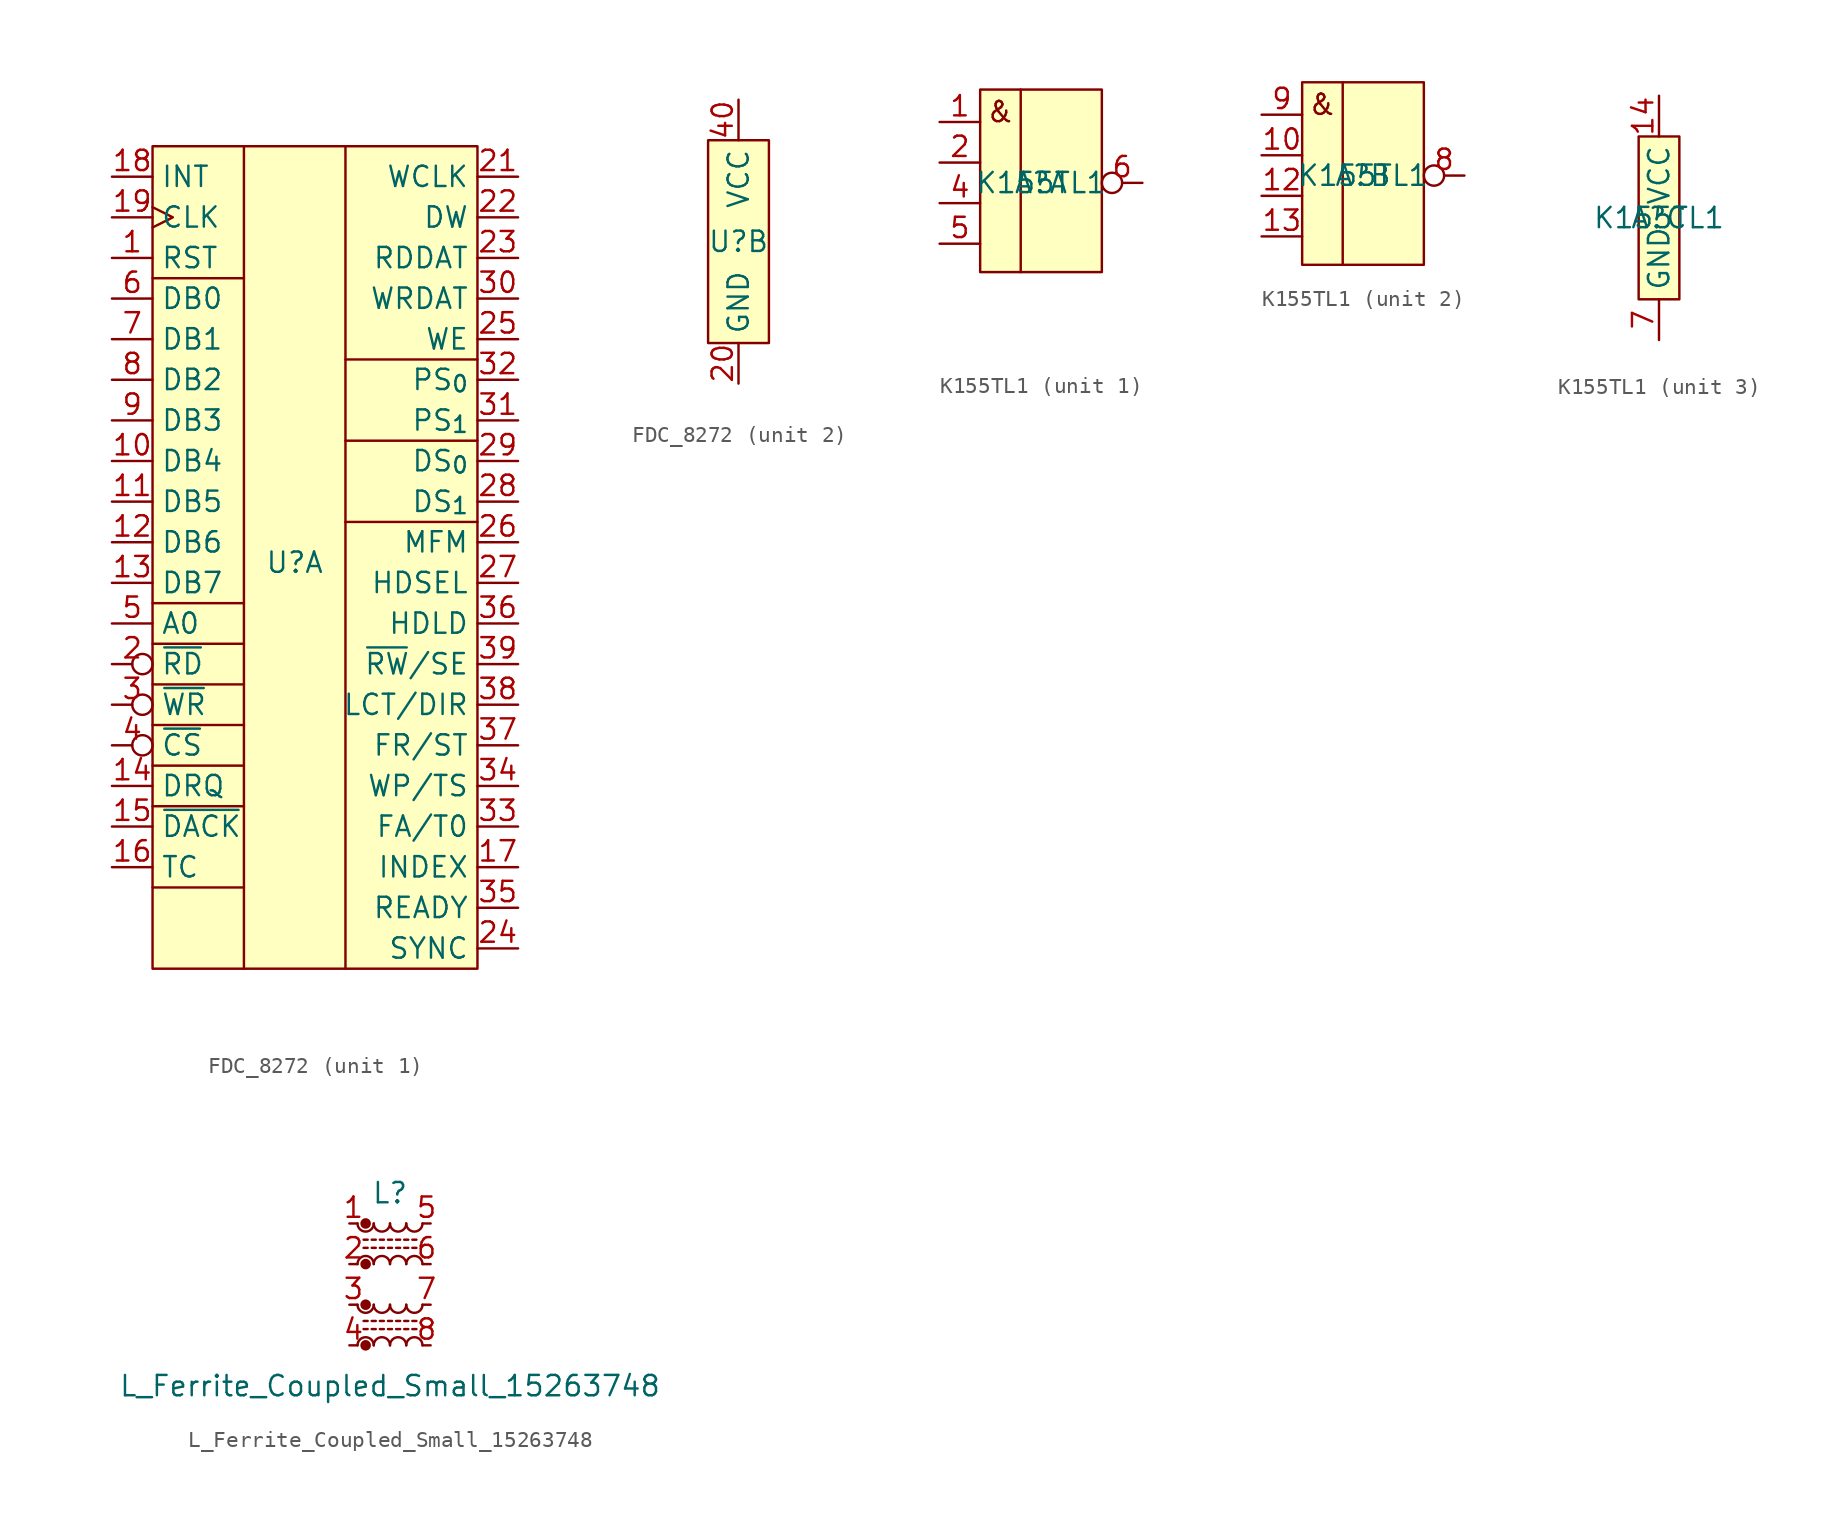
<source format=kicad_sym>
(kicad_symbol_lib
  (version 20241209)
  (generator "kicad_symbol_editor")
  (generator_version "9.0")
  (symbol "FDC_8272"
    (property "Reference" "U"
      (at 0 0 0)
      (effects (font (size 1.27 1.27))))
    (property "Value" ""
      (at 0 0 0)
      (effects (font (size 1.27 1.27))))
    (property "ki_locked" ""
      (at 0 0 0)
      (effects (font (size 1.27 1.27))))
    (symbol "FDC_8272_1_1"
      (rectangle (start -8.89 26.035) (end 11.43 -25.4) (stroke (width 0) (type solid)) (fill (type background)))
      (polyline (pts (xy -8.89 17.78) (xy -3.175 17.78)) (stroke (width 0) (type default)) (fill (type none)))
      (polyline (pts (xy -8.89 -2.54) (xy -3.175 -2.54)) (stroke (width 0) (type default)) (fill (type none)))
      (polyline (pts (xy -8.89 -5.08) (xy -3.175 -5.08)) (stroke (width 0) (type default)) (fill (type none)))
      (polyline (pts (xy -8.89 -7.62) (xy -3.175 -7.62)) (stroke (width 0) (type default)) (fill (type none)))
      (polyline (pts (xy -8.89 -10.16) (xy -3.175 -10.16)) (stroke (width 0) (type default)) (fill (type none)))
      (polyline (pts (xy -8.89 -12.7) (xy -3.175 -12.7)) (stroke (width 0) (type default)) (fill (type none)))
      (polyline (pts (xy -8.89 -15.24) (xy -3.175 -15.24)) (stroke (width 0) (type default)) (fill (type none)))
      (polyline (pts (xy -8.89 -20.32) (xy -3.175 -20.32)) (stroke (width 0) (type default)) (fill (type none)))
      (polyline (pts (xy -3.175 -25.4) (xy -3.175 26.035)) (stroke (width 0) (type default)) (fill (type none)))
      (polyline (pts (xy 3.175 12.7) (xy 11.43 12.7)) (stroke (width 0) (type default)) (fill (type none)))
      (polyline (pts (xy 3.175 7.62) (xy 11.43 7.62)) (stroke (width 0) (type default)) (fill (type none)))
      (polyline (pts (xy 3.175 2.54) (xy 11.43 2.54)) (stroke (width 0) (type default)) (fill (type none)))
      (polyline (pts (xy 3.175 -25.4) (xy 3.175 26.035)) (stroke (width 0) (type default)) (fill (type none)))
      (pin output line (at -11.43 24.13 0) (length 2.54) (name "INT" (effects (font (size 1.27 1.27)))) (number "18" (effects (font (size 1.27 1.27)))))
      (pin input clock (at -11.43 21.59 0) (length 2.54) (name "CLK" (effects (font (size 1.27 1.27)))) (number "19" (effects (font (size 1.27 1.27)))))
      (pin input line (at -11.43 19.05 0) (length 2.54) (name "RST" (effects (font (size 1.27 1.27)))) (number "1" (effects (font (size 1.27 1.27)))))
      (pin bidirectional line (at -11.43 16.51 0) (length 2.54) (name "DB0" (effects (font (size 1.27 1.27)))) (number "6" (effects (font (size 1.27 1.27)))))
      (pin bidirectional line (at -11.43 13.97 0) (length 2.54) (name "DB1" (effects (font (size 1.27 1.27)))) (number "7" (effects (font (size 1.27 1.27)))))
      (pin bidirectional line (at -11.43 11.43 0) (length 2.54) (name "DB2" (effects (font (size 1.27 1.27)))) (number "8" (effects (font (size 1.27 1.27)))))
      (pin bidirectional line (at -11.43 8.89 0) (length 2.54) (name "DB3" (effects (font (size 1.27 1.27)))) (number "9" (effects (font (size 1.27 1.27)))))
      (pin bidirectional line (at -11.43 6.35 0) (length 2.54) (name "DB4" (effects (font (size 1.27 1.27)))) (number "10" (effects (font (size 1.27 1.27)))))
      (pin bidirectional line (at -11.43 3.81 0) (length 2.54) (name "DB5" (effects (font (size 1.27 1.27)))) (number "11" (effects (font (size 1.27 1.27)))))
      (pin bidirectional line (at -11.43 1.27 0) (length 2.54) (name "DB6" (effects (font (size 1.27 1.27)))) (number "12" (effects (font (size 1.27 1.27)))))
      (pin bidirectional line (at -11.43 -1.27 0) (length 2.54) (name "DB7" (effects (font (size 1.27 1.27)))) (number "13" (effects (font (size 1.27 1.27)))))
      (pin input line (at -11.43 -3.81 0) (length 2.54) (name "A0" (effects (font (size 1.27 1.27)))) (number "5" (effects (font (size 1.27 1.27)))))
      (pin input inverted (at -11.43 -6.35 0) (length 2.54) (name "~{RD}" (effects (font (size 1.27 1.27)))) (number "2" (effects (font (size 1.27 1.27)))))
      (pin input inverted (at -11.43 -8.89 0) (length 2.54) (name "~{WR}" (effects (font (size 1.27 1.27)))) (number "3" (effects (font (size 1.27 1.27)))))
      (pin input inverted (at -11.43 -11.43 0) (length 2.54) (name "~{CS}" (effects (font (size 1.27 1.27)))) (number "4" (effects (font (size 1.27 1.27)))))
      (pin output line (at -11.43 -13.97 0) (length 2.54) (name "DRQ" (effects (font (size 1.27 1.27)))) (number "14" (effects (font (size 1.27 1.27)))))
      (pin input line (at -11.43 -16.51 0) (length 2.54) (name "~{DACK}" (effects (font (size 1.27 1.27)))) (number "15" (effects (font (size 1.27 1.27)))))
      (pin input line (at -11.43 -19.05 0) (length 2.54) (name "TC" (effects (font (size 1.27 1.27)))) (number "16" (effects (font (size 1.27 1.27)))))
      (pin input line (at 13.97 24.13 180) (length 2.54) (name "WCLK" (effects (font (size 1.27 1.27)))) (number "21" (effects (font (size 1.27 1.27)))))
      (pin input line (at 13.97 21.59 180) (length 2.54) (name "DW" (effects (font (size 1.27 1.27)))) (number "22" (effects (font (size 1.27 1.27)))))
      (pin input line (at 13.97 19.05 180) (length 2.54) (name "RDDAT" (effects (font (size 1.27 1.27)))) (number "23" (effects (font (size 1.27 1.27)))))
      (pin output line (at 13.97 16.51 180) (length 2.54) (name "WRDAT" (effects (font (size 1.27 1.27)))) (number "30" (effects (font (size 1.27 1.27)))))
      (pin output line (at 13.97 13.97 180) (length 2.54) (name "WE" (effects (font (size 1.27 1.27)))) (number "25" (effects (font (size 1.27 1.27)))))
      (pin output line (at 13.97 11.43 180) (length 2.54) (name "PS_{0}" (effects (font (size 1.27 1.27)))) (number "32" (effects (font (size 1.27 1.27)))))
      (pin output line (at 13.97 8.89 180) (length 2.54) (name "PS_{1}" (effects (font (size 1.27 1.27)))) (number "31" (effects (font (size 1.27 1.27)))))
      (pin output line (at 13.97 6.35 180) (length 2.54) (name "DS_{0}" (effects (font (size 1.27 1.27)))) (number "29" (effects (font (size 1.27 1.27)))))
      (pin output line (at 13.97 3.81 180) (length 2.54) (name "DS_{1}" (effects (font (size 1.27 1.27)))) (number "28" (effects (font (size 1.27 1.27)))))
      (pin output line (at 13.97 1.27 180) (length 2.54) (name "MFM" (effects (font (size 1.27 1.27)))) (number "26" (effects (font (size 1.27 1.27)))))
      (pin output line (at 13.97 -1.27 180) (length 2.54) (name "HDSEL" (effects (font (size 1.27 1.27)))) (number "27" (effects (font (size 1.27 1.27)))))
      (pin output line (at 13.97 -3.81 180) (length 2.54) (name "HDLD" (effects (font (size 1.27 1.27)))) (number "36" (effects (font (size 1.27 1.27)))))
      (pin output line (at 13.97 -6.35 180) (length 2.54) (name "~{RW}/SE" (effects (font (size 1.27 1.27)))) (number "39" (effects (font (size 1.27 1.27)))))
      (pin output line (at 13.97 -8.89 180) (length 2.54) (name "LCT/DIR" (effects (font (size 1.27 1.27)))) (number "38" (effects (font (size 1.27 1.27)))))
      (pin output line (at 13.97 -11.43 180) (length 2.54) (name "FR/ST" (effects (font (size 1.27 1.27)))) (number "37" (effects (font (size 1.27 1.27)))))
      (pin input line (at 13.97 -13.97 180) (length 2.54) (name "WP/TS" (effects (font (size 1.27 1.27)))) (number "34" (effects (font (size 1.27 1.27)))))
      (pin input line (at 13.97 -16.51 180) (length 2.54) (name "FA/T0" (effects (font (size 1.27 1.27)))) (number "33" (effects (font (size 1.27 1.27)))))
      (pin input line (at 13.97 -19.05 180) (length 2.54) (name "INDEX" (effects (font (size 1.27 1.27)))) (number "17" (effects (font (size 1.27 1.27)))))
      (pin input line (at 13.97 -21.59 180) (length 2.54) (name "READY" (effects (font (size 1.27 1.27)))) (number "35" (effects (font (size 1.27 1.27)))))
      (pin output line (at 13.97 -24.13 180) (length 2.54) (name "SYNC" (effects (font (size 1.27 1.27)))) (number "24" (effects (font (size 1.27 1.27))))))
    (symbol "FDC_8272_2_1"
      (rectangle (start -1.905 6.35) (end 1.905 -6.35) (stroke (width 0) (type solid)) (fill (type background)))
      (pin power_in line (at 0 8.89 270) (length 2.54) (name "VCC" (effects (font (size 1.27 1.27)))) (number "40" (effects (font (size 1.27 1.27)))))
      (pin power_in line (at 0 -8.89 90) (length 2.54) (name "GND" (effects (font (size 1.27 1.27)))) (number "20" (effects (font (size 1.27 1.27)))))))
  (symbol "K155TL1"
    (property "Reference" "A"
      (at 0 0 0)
      (effects (font (size 1.27 1.27))))
    (property "Value" "K155TL1"
      (at 0 0 0)
      (effects (font (size 1.27 1.27))))
    (property "ki_locked" ""
      (at 0 0 0)
      (effects (font (size 1.27 1.27))))
    (symbol "K155TL1_1_1"
      (rectangle (start -3.81 5.842) (end 3.81 -5.588) (stroke (width 0) (type default)) (fill (type background)))
      (polyline (pts (xy -1.27 5.842) (xy -1.27 -5.588)) (stroke (width 0) (type default)) (fill (type none)))
      (text "&" (at -2.54 4.445 0) (effects (font (size 1.27 1.27))))
      (pin input line (at -6.35 3.81 0) (length 2.54) (name "" (effects (font (size 1.27 1.27)))) (number "1" (effects (font (size 1.27 1.27)))))
      (pin input line (at -6.35 1.27 0) (length 2.54) (name "" (effects (font (size 1.27 1.27)))) (number "2" (effects (font (size 1.27 1.27)))))
      (pin input line (at -6.35 -1.27 0) (length 2.54) (name "" (effects (font (size 1.27 1.27)))) (number "4" (effects (font (size 1.27 1.27)))))
      (pin input line (at -6.35 -3.81 0) (length 2.54) (name "" (effects (font (size 1.27 1.27)))) (number "5" (effects (font (size 1.27 1.27)))))
      (pin no_connect line (at -2.54 -7.62 180) (length 2.54) (hide yes) (name "" (effects (font (size 1.27 1.27)))) (number "3" (effects (font (size 1.27 1.27)))))
      (pin no_connect line (at -2.54 -10.16 180) (length 2.54) (hide yes) (name "" (effects (font (size 1.27 1.27)))) (number "11" (effects (font (size 1.27 1.27)))))
      (pin output inverted (at 6.35 0 180) (length 2.54) (name "" (effects (font (size 1.27 1.27)))) (number "6" (effects (font (size 1.27 1.27))))))
    (symbol "K155TL1_2_1"
      (rectangle (start -3.81 5.842) (end 3.81 -5.588) (stroke (width 0) (type default)) (fill (type background)))
      (polyline (pts (xy -1.27 5.842) (xy -1.27 -5.588)) (stroke (width 0) (type default)) (fill (type none)))
      (text "&" (at -2.54 4.445 0) (effects (font (size 1.27 1.27))))
      (pin input line (at -6.35 3.81 0) (length 2.54) (name "" (effects (font (size 1.27 1.27)))) (number "9" (effects (font (size 1.27 1.27)))))
      (pin input line (at -6.35 1.27 0) (length 2.54) (name "" (effects (font (size 1.27 1.27)))) (number "10" (effects (font (size 1.27 1.27)))))
      (pin input line (at -6.35 -1.27 0) (length 2.54) (name "" (effects (font (size 1.27 1.27)))) (number "12" (effects (font (size 1.27 1.27)))))
      (pin input line (at -6.35 -3.81 0) (length 2.54) (name "" (effects (font (size 1.27 1.27)))) (number "13" (effects (font (size 1.27 1.27)))))
      (pin output inverted (at 6.35 0 180) (length 2.54) (name "" (effects (font (size 1.27 1.27)))) (number "8" (effects (font (size 1.27 1.27))))))
    (symbol "K155TL1_3_1"
      (rectangle (start -1.27 5.08) (end 1.27 -5.08) (stroke (width 0) (type default)) (fill (type background)))
      (pin power_in line (at 0 7.62 270) (length 2.54) (name "VCC" (effects (font (size 1.27 1.27)))) (number "14" (effects (font (size 1.27 1.27)))))
      (pin power_in line (at 0 -7.62 90) (length 2.54) (name "GND" (effects (font (size 1.27 1.27)))) (number "7" (effects (font (size 1.27 1.27)))))))
  (symbol "L_Ferrite_Coupled_Small_15263748"
    (pin_names
      (offset 0.254)
      (hide yes))
    (property "Reference" "L"
      (at 0 5.715 0)
      (effects (font (size 1.27 1.27))))
    (property "Value" "L_Ferrite_Coupled_Small_15263748"
      (at 0 -6.35 0)
      (effects (font (size 1.27 1.27))))
    (symbol "L_Ferrite_Coupled_Small_15263748_0_1"
      (polyline (pts (xy -1.651 2.794) (xy -1.397 2.794)) (stroke (width 0) (type default)) (fill (type none)))
      (polyline (pts (xy -1.651 -2.286) (xy -1.397 -2.286)) (stroke (width 0) (type default)) (fill (type none)))
      (arc (start -1.016 3.81) (mid -1.524 3.3042) (end -2.032 3.81) (stroke (width 0) (type default)) (fill (type none)))
      (circle (center -1.524 3.81) (radius 0.254) (stroke (width 0) (type default)) (fill (type outline)))
      (circle (center -1.524 1.27) (radius 0.254) (stroke (width 0) (type default)) (fill (type outline)))
      (arc (start -2.032 1.27) (mid -1.524 1.7757) (end -1.016 1.27) (stroke (width 0) (type default)) (fill (type none)))
      (arc (start -1.016 -1.27) (mid -1.524 -1.7757) (end -2.032 -1.27) (stroke (width 0) (type default)) (fill (type none)))
      (circle (center -1.524 -1.27) (radius 0.254) (stroke (width 0) (type default)) (fill (type outline)))
      (circle (center -1.524 -3.81) (radius 0.254) (stroke (width 0) (type default)) (fill (type outline)))
      (arc (start -2.032 -3.81) (mid -1.524 -3.3042) (end -1.016 -3.81) (stroke (width 0) (type default)) (fill (type none)))
      (polyline (pts (xy -1.397 2.286) (xy -1.651 2.286)) (stroke (width 0) (type default)) (fill (type none)))
      (polyline (pts (xy -1.397 -2.794) (xy -1.651 -2.794)) (stroke (width 0) (type default)) (fill (type none)))
      (polyline (pts (xy -1.143 2.794) (xy -0.889 2.794)) (stroke (width 0) (type default)) (fill (type none)))
      (polyline (pts (xy -1.143 -2.286) (xy -0.889 -2.286)) (stroke (width 0) (type default)) (fill (type none)))
      (polyline (pts (xy -0.889 2.286) (xy -1.143 2.286)) (stroke (width 0) (type default)) (fill (type none)))
      (polyline (pts (xy -0.889 -2.794) (xy -1.143 -2.794)) (stroke (width 0) (type default)) (fill (type none)))
      (polyline (pts (xy -0.635 2.794) (xy -0.381 2.794)) (stroke (width 0) (type default)) (fill (type none)))
      (polyline (pts (xy -0.635 -2.286) (xy -0.381 -2.286)) (stroke (width 0) (type default)) (fill (type none)))
      (arc (start 0 3.81) (mid -0.508 3.3042) (end -1.016 3.81) (stroke (width 0) (type default)) (fill (type none)))
      (arc (start -1.016 1.27) (mid -0.508 1.7757) (end 0 1.27) (stroke (width 0) (type default)) (fill (type none)))
      (arc (start 0 -1.27) (mid -0.508 -1.7757) (end -1.016 -1.27) (stroke (width 0) (type default)) (fill (type none)))
      (arc (start -1.016 -3.81) (mid -0.508 -3.3042) (end 0 -3.81) (stroke (width 0) (type default)) (fill (type none)))
      (polyline (pts (xy -0.381 2.286) (xy -0.635 2.286)) (stroke (width 0) (type default)) (fill (type none)))
      (polyline (pts (xy -0.381 -2.794) (xy -0.635 -2.794)) (stroke (width 0) (type default)) (fill (type none)))
      (polyline (pts (xy -0.127 2.794) (xy 0.127 2.794)) (stroke (width 0) (type default)) (fill (type none)))
      (polyline (pts (xy -0.127 -2.286) (xy 0.127 -2.286)) (stroke (width 0) (type default)) (fill (type none)))
      (polyline (pts (xy 0.127 2.286) (xy -0.127 2.286)) (stroke (width 0) (type default)) (fill (type none)))
      (polyline (pts (xy 0.127 -2.794) (xy -0.127 -2.794)) (stroke (width 0) (type default)) (fill (type none)))
      (polyline (pts (xy 0.381 2.794) (xy 0.635 2.794)) (stroke (width 0) (type default)) (fill (type none)))
      (polyline (pts (xy 0.381 -2.286) (xy 0.635 -2.286)) (stroke (width 0) (type default)) (fill (type none)))
      (arc (start 1.016 3.81) (mid 0.508 3.3042) (end 0 3.81) (stroke (width 0) (type default)) (fill (type none)))
      (arc (start 0 1.27) (mid 0.508 1.7757) (end 1.016 1.27) (stroke (width 0) (type default)) (fill (type none)))
      (arc (start 1.016 -1.27) (mid 0.508 -1.7757) (end 0 -1.27) (stroke (width 0) (type default)) (fill (type none)))
      (arc (start 0 -3.81) (mid 0.508 -3.3042) (end 1.016 -3.81) (stroke (width 0) (type default)) (fill (type none)))
      (polyline (pts (xy 0.635 2.286) (xy 0.381 2.286)) (stroke (width 0) (type default)) (fill (type none)))
      (polyline (pts (xy 0.635 -2.794) (xy 0.381 -2.794)) (stroke (width 0) (type default)) (fill (type none)))
      (polyline (pts (xy 0.889 2.794) (xy 1.143 2.794)) (stroke (width 0) (type default)) (fill (type none)))
      (polyline (pts (xy 0.889 -2.286) (xy 1.143 -2.286)) (stroke (width 0) (type default)) (fill (type none)))
      (polyline (pts (xy 1.143 2.286) (xy 0.889 2.286)) (stroke (width 0) (type default)) (fill (type none)))
      (polyline (pts (xy 1.143 -2.794) (xy 0.889 -2.794)) (stroke (width 0) (type default)) (fill (type none)))
      (polyline (pts (xy 1.397 2.794) (xy 1.651 2.794)) (stroke (width 0) (type default)) (fill (type none)))
      (polyline (pts (xy 1.397 -2.286) (xy 1.651 -2.286)) (stroke (width 0) (type default)) (fill (type none)))
      (arc (start 2.032 3.81) (mid 1.524 3.3042) (end 1.016 3.81) (stroke (width 0) (type default)) (fill (type none)))
      (arc (start 1.016 1.27) (mid 1.524 1.7757) (end 2.032 1.27) (stroke (width 0) (type default)) (fill (type none)))
      (arc (start 2.032 -1.27) (mid 1.524 -1.7757) (end 1.016 -1.27) (stroke (width 0) (type default)) (fill (type none)))
      (arc (start 1.016 -3.81) (mid 1.524 -3.3042) (end 2.032 -3.81) (stroke (width 0) (type default)) (fill (type none)))
      (polyline (pts (xy 1.651 2.286) (xy 1.397 2.286)) (stroke (width 0) (type default)) (fill (type none)))
      (polyline (pts (xy 1.651 -2.794) (xy 1.397 -2.794)) (stroke (width 0) (type default)) (fill (type none))))
    (symbol "L_Ferrite_Coupled_Small_15263748_1_1"
      (pin passive line (at -2.54 3.81 0) (length 0.508) (name "1" (effects (font (size 1.27 1.27)))) (number "1" (effects (font (size 1.27 1.27)))))
      (pin passive line (at -2.54 1.27 0) (length 0.508) (name "2" (effects (font (size 1.27 1.27)))) (number "2" (effects (font (size 1.27 1.27)))))
      (pin passive line (at -2.54 -1.27 0) (length 0.508) (name "3" (effects (font (size 1.27 1.27)))) (number "3" (effects (font (size 1.27 1.27)))))
      (pin passive line (at -2.54 -3.81 0) (length 0.508) (name "4" (effects (font (size 1.27 1.27)))) (number "4" (effects (font (size 1.27 1.27)))))
      (pin passive line (at 2.54 3.81 180) (length 0.508) (name "5" (effects (font (size 1.27 1.27)))) (number "5" (effects (font (size 1.27 1.27)))))
      (pin passive line (at 2.54 1.27 180) (length 0.508) (name "6" (effects (font (size 1.27 1.27)))) (number "6" (effects (font (size 1.27 1.27)))))
      (pin passive line (at 2.54 -1.27 180) (length 0.508) (name "7" (effects (font (size 1.27 1.27)))) (number "7" (effects (font (size 1.27 1.27)))))
      (pin passive line (at 2.54 -3.81 180) (length 0.508) (name "8" (effects (font (size 1.27 1.27)))) (number "8" (effects (font (size 1.27 1.27))))))))
</source>
